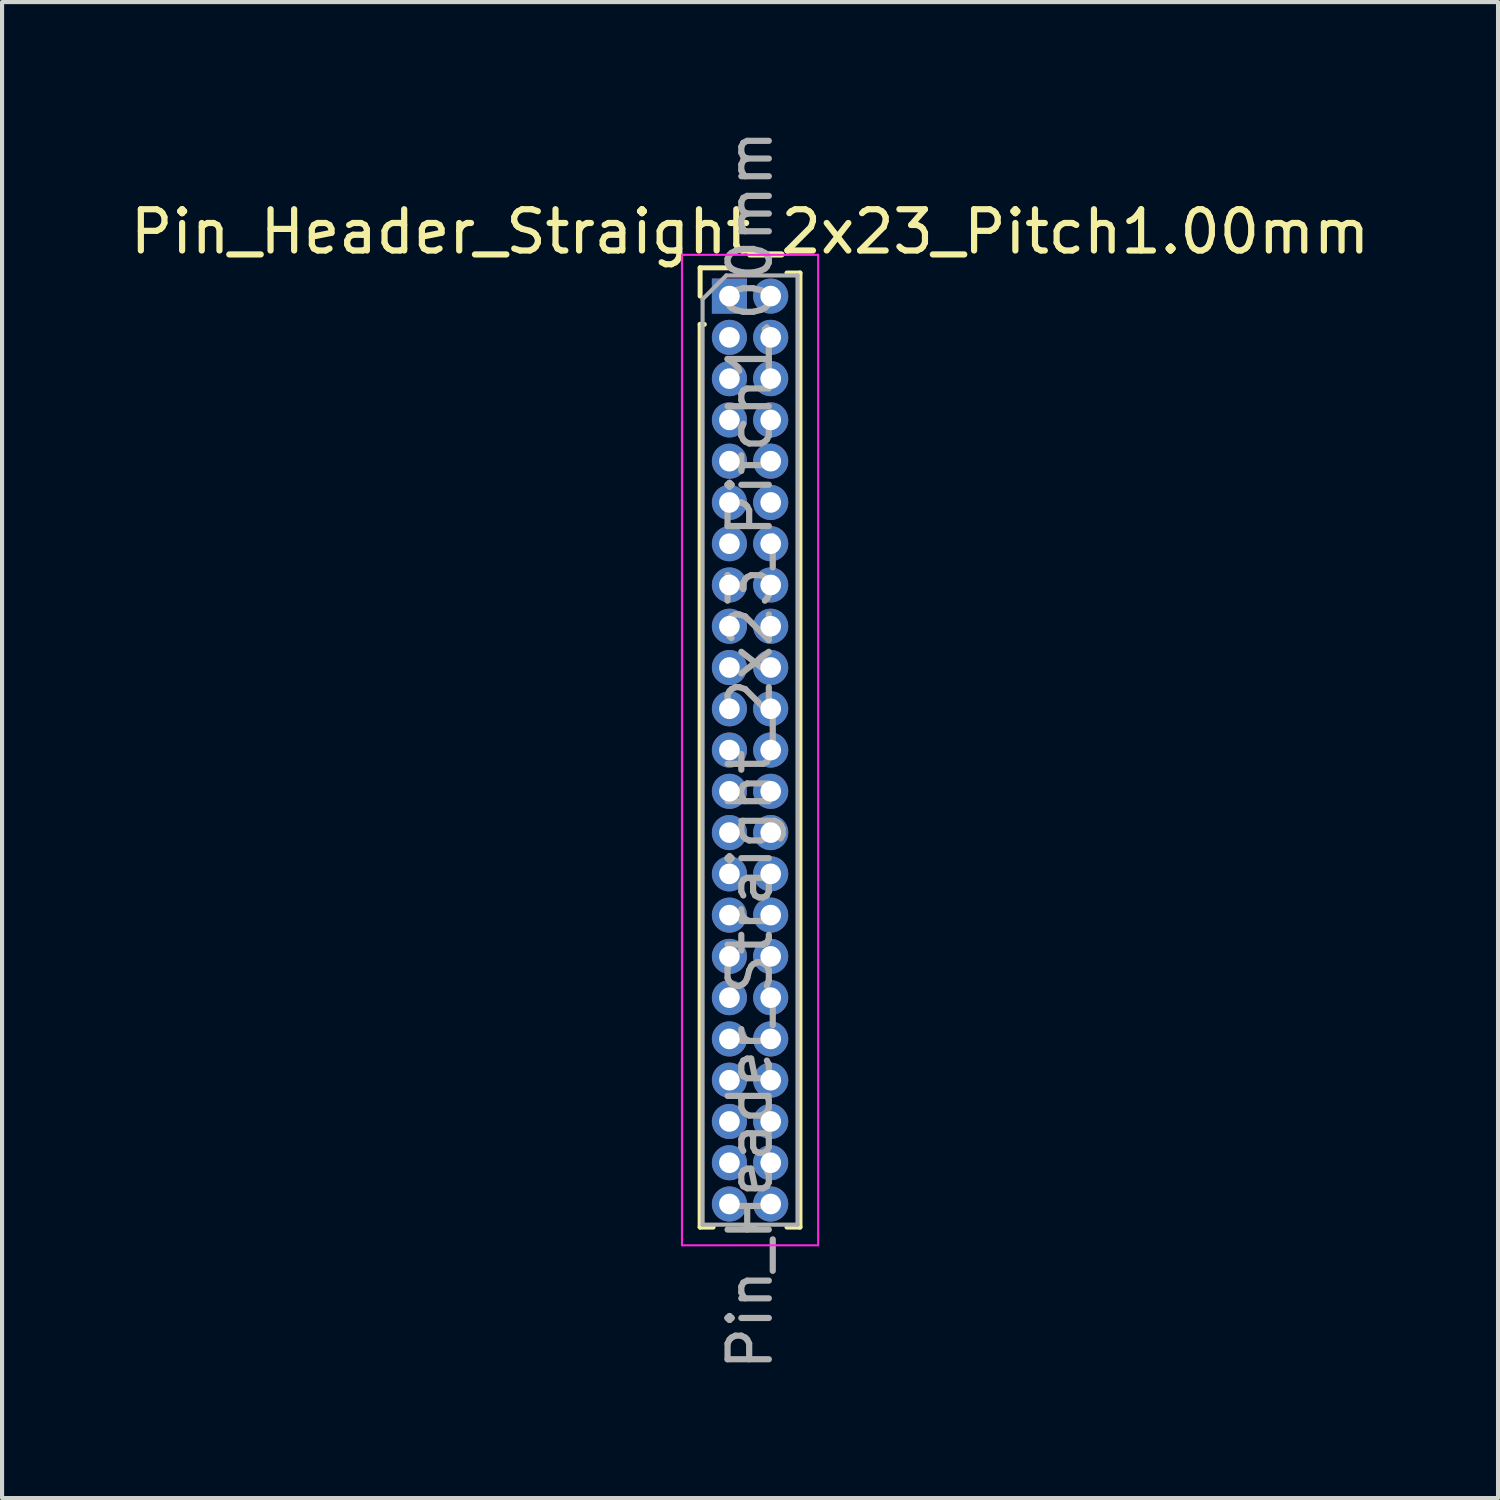
<source format=kicad_pcb>
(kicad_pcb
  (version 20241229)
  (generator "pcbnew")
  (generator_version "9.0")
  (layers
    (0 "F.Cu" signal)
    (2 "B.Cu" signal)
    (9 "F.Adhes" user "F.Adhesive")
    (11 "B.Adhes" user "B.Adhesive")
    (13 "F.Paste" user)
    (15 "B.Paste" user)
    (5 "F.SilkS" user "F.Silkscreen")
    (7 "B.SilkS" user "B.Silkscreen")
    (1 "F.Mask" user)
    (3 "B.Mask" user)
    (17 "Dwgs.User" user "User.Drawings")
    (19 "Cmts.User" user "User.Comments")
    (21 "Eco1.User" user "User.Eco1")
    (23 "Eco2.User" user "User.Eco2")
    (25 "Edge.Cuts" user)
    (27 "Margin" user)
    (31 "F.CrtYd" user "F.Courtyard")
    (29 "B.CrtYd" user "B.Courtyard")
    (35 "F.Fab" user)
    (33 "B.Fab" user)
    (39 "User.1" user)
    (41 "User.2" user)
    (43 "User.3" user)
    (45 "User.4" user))
  (footprint "Pin_Header_Straight_2x23_Pitch1.00mm"
    (layer "F.Cu")
    (at 14.625 4.125)
    (property "Reference" "Pin_Header_Straight_2x23_Pitch1.00mm" (at 0.5 -1.56 0) (layer "F.SilkS") (effects (font (size 1 1) (thickness 0.15))))
    (attr through_hole)
    (fp_line (start -0.71 -0.685) (end 0 -0.685) (stroke (width 0.12) (type solid)) (layer "F.SilkS"))
    (fp_line (start -0.71 0) (end -0.71 -0.685) (stroke (width 0.12) (type solid)) (layer "F.SilkS"))
    (fp_line (start -0.71 0.685) (end -0.71 22.56) (stroke (width 0.12) (type solid)) (layer "F.SilkS"))
    (fp_line (start -0.71 0.685) (end -0.608 0.685) (stroke (width 0.12) (type solid)) (layer "F.SilkS"))
    (fp_line (start -0.71 22.56) (end -0.394 22.56) (stroke (width 0.12) (type solid)) (layer "F.SilkS"))
    (fp_line (start 0.394 22.56) (end 0.606 22.56) (stroke (width 0.12) (type solid)) (layer "F.SilkS"))
    (fp_line (start 1.394 -0.56) (end 1.71 -0.56) (stroke (width 0.12) (type solid)) (layer "F.SilkS"))
    (fp_line (start 1.394 22.56) (end 1.71 22.56) (stroke (width 0.12) (type solid)) (layer "F.SilkS"))
    (fp_line (start 1.71 -0.56) (end 1.71 22.56) (stroke (width 0.12) (type solid)) (layer "F.SilkS"))
    (fp_line (start -1.15 -1) (end -1.15 23) (stroke (width 0.05) (type solid)) (layer "F.CrtYd"))
    (fp_line (start -1.15 23) (end 2.15 23) (stroke (width 0.05) (type solid)) (layer "F.CrtYd"))
    (fp_line (start 2.15 -1) (end -1.15 -1) (stroke (width 0.05) (type solid)) (layer "F.CrtYd"))
    (fp_line (start 2.15 23) (end 2.15 -1) (stroke (width 0.05) (type solid)) (layer "F.CrtYd"))
    (fp_line (start -0.65 0.075) (end -0.075 -0.5) (stroke (width 0.1) (type solid)) (layer "F.Fab"))
    (fp_line (start -0.65 22.5) (end -0.65 0.075) (stroke (width 0.1) (type solid)) (layer "F.Fab"))
    (fp_line (start -0.075 -0.5) (end 1.65 -0.5) (stroke (width 0.1) (type solid)) (layer "F.Fab"))
    (fp_line (start 1.65 -0.5) (end 1.65 22.5) (stroke (width 0.1) (type solid)) (layer "F.Fab"))
    (fp_line (start 1.65 22.5) (end -0.65 22.5) (stroke (width 0.1) (type solid)) (layer "F.Fab"))
    (fp_text user "${REFERENCE}" (at 0.5 11 90) (layer "F.Fab") (effects (font (size 1 1) (thickness 0.15))))
    (pad "1" thru_hole rect (at 0 0) (size 0.85 0.85) (drill 0.5) (layers "*.Cu" "*.Mask"))
    (pad "2" thru_hole oval (at 1 0) (size 0.85 0.85) (drill 0.5) (layers "*.Cu" "*.Mask"))
    (pad "3" thru_hole oval (at 0 1) (size 0.85 0.85) (drill 0.5) (layers "*.Cu" "*.Mask"))
    (pad "4" thru_hole oval (at 1 1) (size 0.85 0.85) (drill 0.5) (layers "*.Cu" "*.Mask"))
    (pad "5" thru_hole oval (at 0 2) (size 0.85 0.85) (drill 0.5) (layers "*.Cu" "*.Mask"))
    (pad "6" thru_hole oval (at 1 2) (size 0.85 0.85) (drill 0.5) (layers "*.Cu" "*.Mask"))
    (pad "7" thru_hole oval (at 0 3) (size 0.85 0.85) (drill 0.5) (layers "*.Cu" "*.Mask"))
    (pad "8" thru_hole oval (at 1 3) (size 0.85 0.85) (drill 0.5) (layers "*.Cu" "*.Mask"))
    (pad "9" thru_hole oval (at 0 4) (size 0.85 0.85) (drill 0.5) (layers "*.Cu" "*.Mask"))
    (pad "10" thru_hole oval (at 1 4) (size 0.85 0.85) (drill 0.5) (layers "*.Cu" "*.Mask"))
    (pad "11" thru_hole oval (at 0 5) (size 0.85 0.85) (drill 0.5) (layers "*.Cu" "*.Mask"))
    (pad "12" thru_hole oval (at 1 5) (size 0.85 0.85) (drill 0.5) (layers "*.Cu" "*.Mask"))
    (pad "13" thru_hole oval (at 0 6) (size 0.85 0.85) (drill 0.5) (layers "*.Cu" "*.Mask"))
    (pad "14" thru_hole oval (at 1 6) (size 0.85 0.85) (drill 0.5) (layers "*.Cu" "*.Mask"))
    (pad "15" thru_hole oval (at 0 7) (size 0.85 0.85) (drill 0.5) (layers "*.Cu" "*.Mask"))
    (pad "16" thru_hole oval (at 1 7) (size 0.85 0.85) (drill 0.5) (layers "*.Cu" "*.Mask"))
    (pad "17" thru_hole oval (at 0 8) (size 0.85 0.85) (drill 0.5) (layers "*.Cu" "*.Mask"))
    (pad "18" thru_hole oval (at 1 8) (size 0.85 0.85) (drill 0.5) (layers "*.Cu" "*.Mask"))
    (pad "19" thru_hole oval (at 0 9) (size 0.85 0.85) (drill 0.5) (layers "*.Cu" "*.Mask"))
    (pad "20" thru_hole oval (at 1 9) (size 0.85 0.85) (drill 0.5) (layers "*.Cu" "*.Mask"))
    (pad "21" thru_hole oval (at 0 10) (size 0.85 0.85) (drill 0.5) (layers "*.Cu" "*.Mask"))
    (pad "22" thru_hole oval (at 1 10) (size 0.85 0.85) (drill 0.5) (layers "*.Cu" "*.Mask"))
    (pad "23" thru_hole oval (at 0 11) (size 0.85 0.85) (drill 0.5) (layers "*.Cu" "*.Mask"))
    (pad "24" thru_hole oval (at 1 11) (size 0.85 0.85) (drill 0.5) (layers "*.Cu" "*.Mask"))
    (pad "25" thru_hole oval (at 0 12) (size 0.85 0.85) (drill 0.5) (layers "*.Cu" "*.Mask"))
    (pad "26" thru_hole oval (at 1 12) (size 0.85 0.85) (drill 0.5) (layers "*.Cu" "*.Mask"))
    (pad "27" thru_hole oval (at 0 13) (size 0.85 0.85) (drill 0.5) (layers "*.Cu" "*.Mask"))
    (pad "28" thru_hole oval (at 1 13) (size 0.85 0.85) (drill 0.5) (layers "*.Cu" "*.Mask"))
    (pad "29" thru_hole oval (at 0 14) (size 0.85 0.85) (drill 0.5) (layers "*.Cu" "*.Mask"))
    (pad "30" thru_hole oval (at 1 14) (size 0.85 0.85) (drill 0.5) (layers "*.Cu" "*.Mask"))
    (pad "31" thru_hole oval (at 0 15) (size 0.85 0.85) (drill 0.5) (layers "*.Cu" "*.Mask"))
    (pad "32" thru_hole oval (at 1 15) (size 0.85 0.85) (drill 0.5) (layers "*.Cu" "*.Mask"))
    (pad "33" thru_hole oval (at 0 16) (size 0.85 0.85) (drill 0.5) (layers "*.Cu" "*.Mask"))
    (pad "34" thru_hole oval (at 1 16) (size 0.85 0.85) (drill 0.5) (layers "*.Cu" "*.Mask"))
    (pad "35" thru_hole oval (at 0 17) (size 0.85 0.85) (drill 0.5) (layers "*.Cu" "*.Mask"))
    (pad "36" thru_hole oval (at 1 17) (size 0.85 0.85) (drill 0.5) (layers "*.Cu" "*.Mask"))
    (pad "37" thru_hole oval (at 0 18) (size 0.85 0.85) (drill 0.5) (layers "*.Cu" "*.Mask"))
    (pad "38" thru_hole oval (at 1 18) (size 0.85 0.85) (drill 0.5) (layers "*.Cu" "*.Mask"))
    (pad "39" thru_hole oval (at 0 19) (size 0.85 0.85) (drill 0.5) (layers "*.Cu" "*.Mask"))
    (pad "40" thru_hole oval (at 1 19) (size 0.85 0.85) (drill 0.5) (layers "*.Cu" "*.Mask"))
    (pad "41" thru_hole oval (at 0 20) (size 0.85 0.85) (drill 0.5) (layers "*.Cu" "*.Mask"))
    (pad "42" thru_hole oval (at 1 20) (size 0.85 0.85) (drill 0.5) (layers "*.Cu" "*.Mask"))
    (pad "43" thru_hole oval (at 0 21) (size 0.85 0.85) (drill 0.5) (layers "*.Cu" "*.Mask"))
    (pad "44" thru_hole oval (at 1 21) (size 0.85 0.85) (drill 0.5) (layers "*.Cu" "*.Mask"))
    (pad "45" thru_hole oval (at 0 22) (size 0.85 0.85) (drill 0.5) (layers "*.Cu" "*.Mask"))
    (pad "46" thru_hole oval (at 1 22) (size 0.85 0.85) (drill 0.5) (layers "*.Cu" "*.Mask")))
  (gr_rect
    (start -3 -3)
    (end 33.25 33.25)
    (stroke (width 0.1) (type default))
    (fill no)
    (layer "Edge.Cuts")))
</source>
